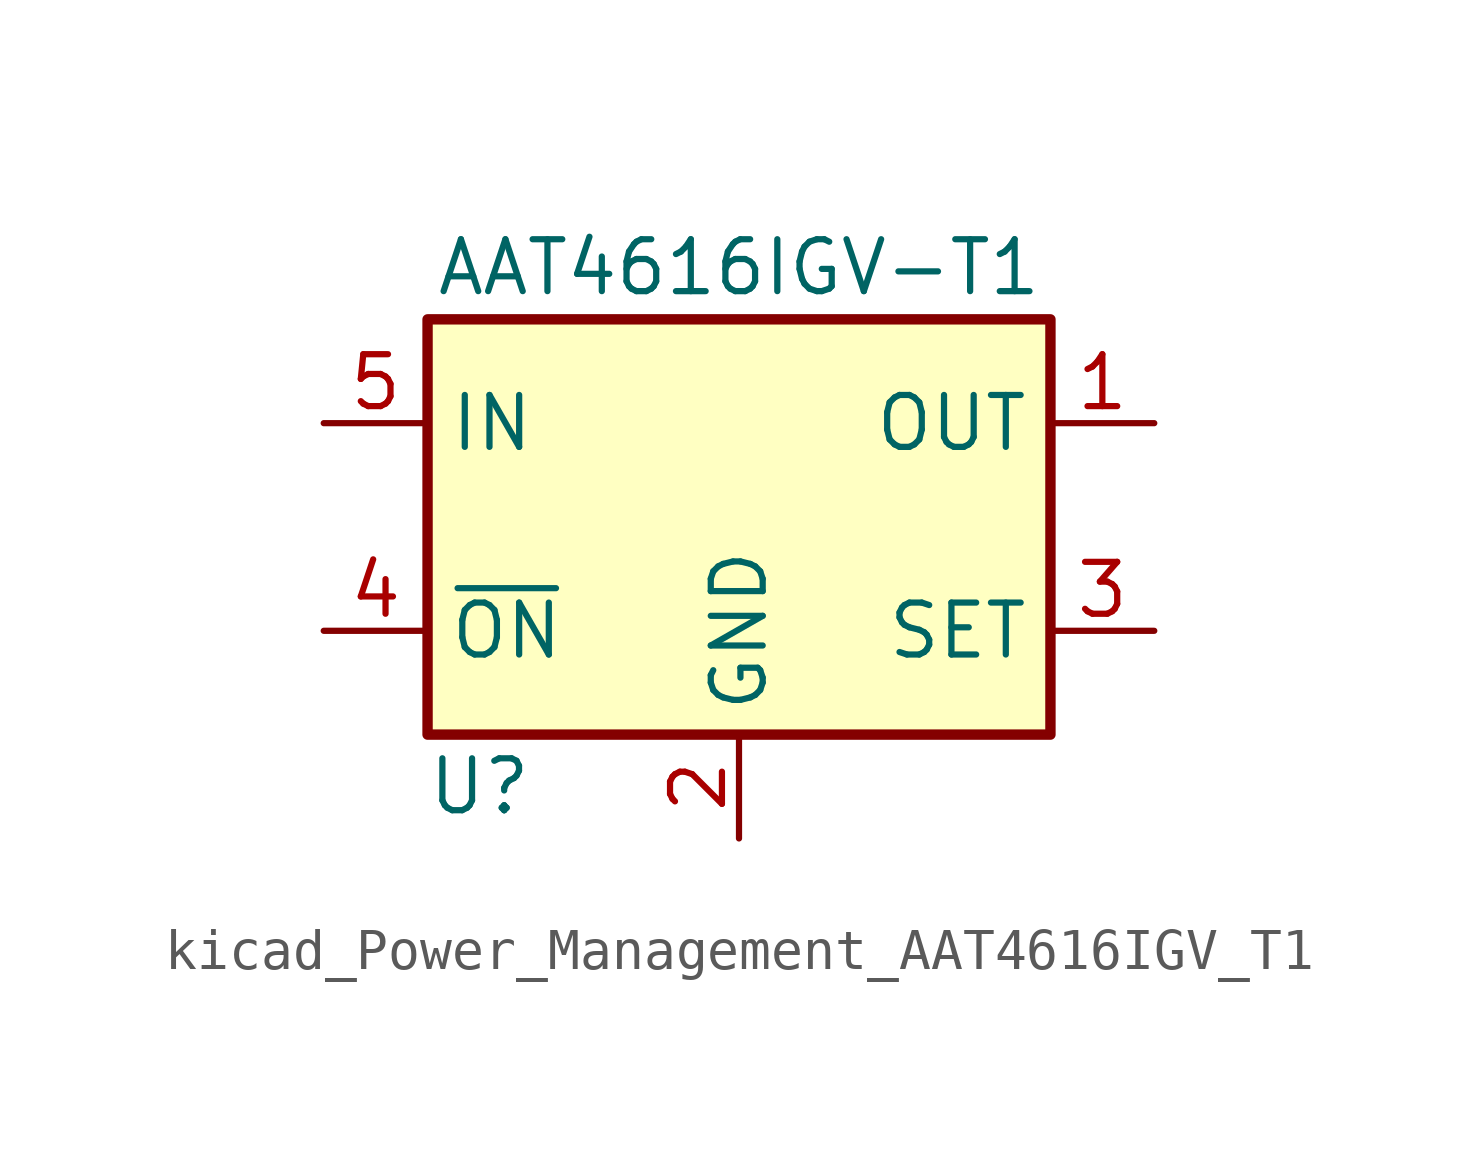
<source format=kicad_sym>
(kicad_symbol_lib
  (version 20220914)
  (generator kicad_symbol_editor)
  (symbol "kicad_Power_Management_AAT4616IGV_T1"
    (property "Reference" "U"
      (at -6.35 -6.35 0)
      (effects (font (size 1.27 1.27))))
    (property "Value" "AAT4616IGV-T1"
      (at 0 6.35 0)
      (effects (font (size 1.27 1.27))))
    (symbol "kicad_Power_Management_AAT4616IGV_T1_0_1"
      (rectangle (start -7.62 5.08) (end 7.62 -5.08) (stroke (width 0.254) (type default)) (fill (type background))))
    (symbol "kicad_Power_Management_AAT4616IGV_T1_1_1"
      (pin power_out line (at 10.16 2.54 180) (length 2.54) (name "OUT" (effects (font (size 1.27 1.27)))) (number "1" (effects (font (size 1.27 1.27)))))
      (pin power_in line (at 0 -7.62 90) (length 2.54) (name "GND" (effects (font (size 1.27 1.27)))) (number "2" (effects (font (size 1.27 1.27)))))
      (pin passive line (at 10.16 -2.54 180) (length 2.54) (name "SET" (effects (font (size 1.27 1.27)))) (number "3" (effects (font (size 1.27 1.27)))))
      (pin input line (at -10.16 -2.54 0) (length 2.54) (name "~{ON}" (effects (font (size 1.27 1.27)))) (number "4" (effects (font (size 1.27 1.27)))))
      (pin power_in line (at -10.16 2.54 0) (length 2.54) (name "IN" (effects (font (size 1.27 1.27)))) (number "5" (effects (font (size 1.27 1.27))))))))
</source>
